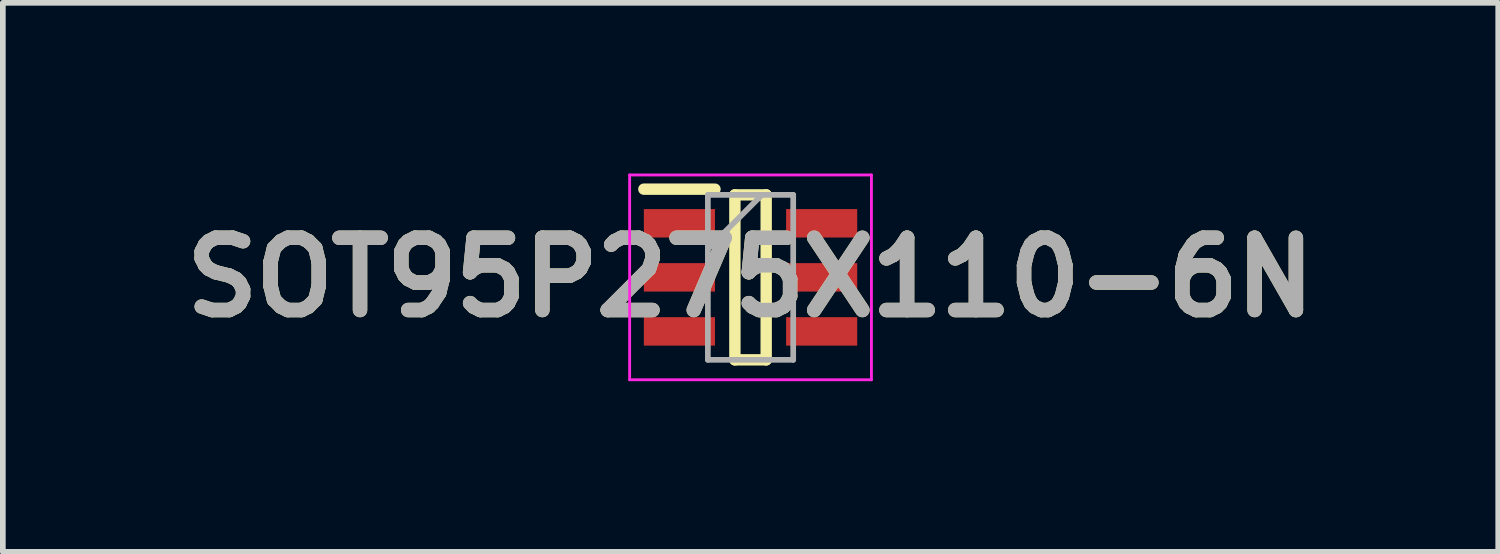
<source format=kicad_pcb>
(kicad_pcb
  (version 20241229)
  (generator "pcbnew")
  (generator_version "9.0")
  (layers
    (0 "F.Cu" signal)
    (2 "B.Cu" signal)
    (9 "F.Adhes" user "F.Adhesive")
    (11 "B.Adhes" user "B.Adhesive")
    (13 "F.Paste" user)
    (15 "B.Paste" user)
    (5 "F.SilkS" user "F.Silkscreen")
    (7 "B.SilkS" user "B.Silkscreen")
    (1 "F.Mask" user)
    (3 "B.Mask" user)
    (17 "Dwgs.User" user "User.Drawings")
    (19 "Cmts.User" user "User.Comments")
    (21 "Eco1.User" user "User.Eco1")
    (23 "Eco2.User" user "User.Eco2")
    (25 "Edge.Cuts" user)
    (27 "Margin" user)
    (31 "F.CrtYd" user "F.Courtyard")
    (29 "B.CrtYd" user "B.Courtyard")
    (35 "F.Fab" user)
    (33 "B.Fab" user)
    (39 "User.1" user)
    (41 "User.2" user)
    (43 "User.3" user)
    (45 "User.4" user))
  (footprint "SOT95P275X110-6N"
    (layer "F.Cu")
    (at 10.142 1.825)
    (property "Reference" "SOT95P275X110-6N" (at 0 0 0) (layer "F.SilkS") (effects (font (size 1.27 1.27) (thickness 0.254))))
    (attr smd)
    (fp_line (start -1.875 -1.55) (end -0.625 -1.55) (stroke (width 0.2) (type solid)) (layer "F.SilkS"))
    (fp_line (start -0.275 -1.45) (end 0.275 -1.45) (stroke (width 0.2) (type solid)) (layer "F.SilkS"))
    (fp_line (start -0.275 1.45) (end -0.275 -1.45) (stroke (width 0.2) (type solid)) (layer "F.SilkS"))
    (fp_line (start 0.275 -1.45) (end 0.275 1.45) (stroke (width 0.2) (type solid)) (layer "F.SilkS"))
    (fp_line (start 0.275 1.45) (end -0.275 1.45) (stroke (width 0.2) (type solid)) (layer "F.SilkS"))
    (fp_line (start -2.125 -1.8) (end 2.125 -1.8) (stroke (width 0.05) (type solid)) (layer "F.CrtYd"))
    (fp_line (start -2.125 1.8) (end -2.125 -1.8) (stroke (width 0.05) (type solid)) (layer "F.CrtYd"))
    (fp_line (start 2.125 -1.8) (end 2.125 1.8) (stroke (width 0.05) (type solid)) (layer "F.CrtYd"))
    (fp_line (start 2.125 1.8) (end -2.125 1.8) (stroke (width 0.05) (type solid)) (layer "F.CrtYd"))
    (fp_line (start -0.75 -1.45) (end 0.75 -1.45) (stroke (width 0.1) (type solid)) (layer "F.Fab"))
    (fp_line (start -0.75 -0.5) (end 0.2 -1.45) (stroke (width 0.1) (type solid)) (layer "F.Fab"))
    (fp_line (start -0.75 1.45) (end -0.75 -1.45) (stroke (width 0.1) (type solid)) (layer "F.Fab"))
    (fp_line (start 0.75 -1.45) (end 0.75 1.45) (stroke (width 0.1) (type solid)) (layer "F.Fab"))
    (fp_line (start 0.75 1.45) (end -0.75 1.45) (stroke (width 0.1) (type solid)) (layer "F.Fab"))
    (fp_text user "${REFERENCE}" (at 0 0 0) (layer "F.Fab") (effects (font (size 1.27 1.27) (thickness 0.254))))
    (pad "1" smd rect (at -1.25 -0.95 90) (size 0.5 1.25) (layers "F.Cu" "F.Mask" "F.Paste"))
    (pad "2" smd rect (at -1.25 0 90) (size 0.5 1.25) (layers "F.Cu" "F.Mask" "F.Paste"))
    (pad "3" smd rect (at -1.25 0.95 90) (size 0.5 1.25) (layers "F.Cu" "F.Mask" "F.Paste"))
    (pad "4" smd rect (at 1.25 0.95 90) (size 0.5 1.25) (layers "F.Cu" "F.Mask" "F.Paste"))
    (pad "5" smd rect (at 1.25 0 90) (size 0.5 1.25) (layers "F.Cu" "F.Mask" "F.Paste"))
    (pad "6" smd rect (at 1.25 -0.95 90) (size 0.5 1.25) (layers "F.Cu" "F.Mask" "F.Paste")))
  (gr_rect
    (start -3 -3)
    (end 23.284 6.65)
    (stroke (width 0.1) (type default))
    (fill no)
    (layer "Edge.Cuts")))
</source>
